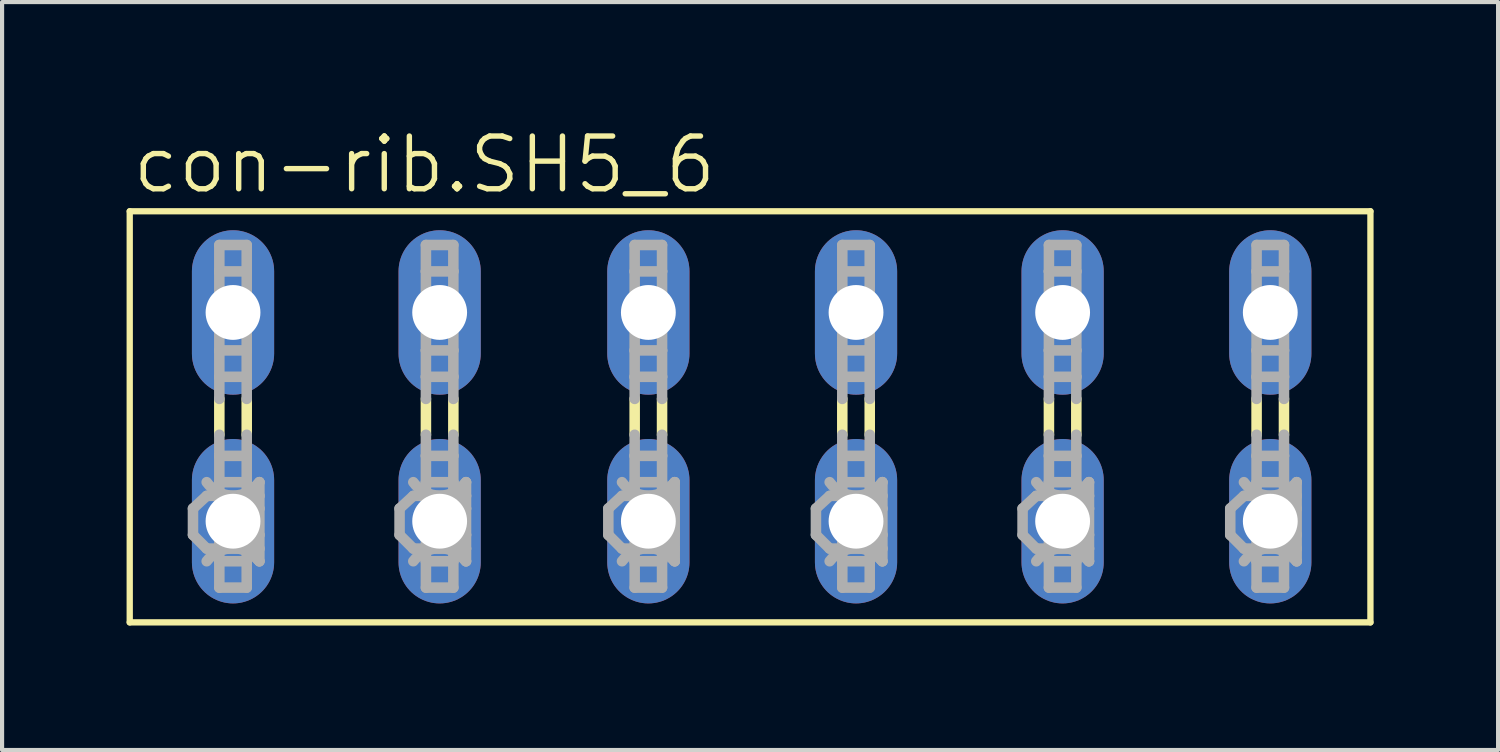
<source format=kicad_pcb>
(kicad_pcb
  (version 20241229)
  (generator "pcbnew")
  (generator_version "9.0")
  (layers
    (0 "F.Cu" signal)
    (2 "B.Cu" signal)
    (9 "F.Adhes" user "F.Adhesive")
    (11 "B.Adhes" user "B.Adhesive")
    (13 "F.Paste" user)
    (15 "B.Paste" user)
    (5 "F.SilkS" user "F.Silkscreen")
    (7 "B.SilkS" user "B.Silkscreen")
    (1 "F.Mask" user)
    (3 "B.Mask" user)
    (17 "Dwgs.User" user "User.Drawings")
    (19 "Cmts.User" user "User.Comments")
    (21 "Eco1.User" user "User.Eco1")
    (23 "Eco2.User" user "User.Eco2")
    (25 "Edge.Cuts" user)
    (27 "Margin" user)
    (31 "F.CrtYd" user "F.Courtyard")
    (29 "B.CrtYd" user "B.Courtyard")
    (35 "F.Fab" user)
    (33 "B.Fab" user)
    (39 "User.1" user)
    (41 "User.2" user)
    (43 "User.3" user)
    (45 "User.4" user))
  (footprint "con-rib.SH5_6"
    (layer "F.Cu")
    (at 15.062 6.994)
    (property "Reference" "con-rib.SH5_6" (at -14.986 -5.334 0) (layer "F.SilkS") (effects (font (size 1.27 1.27) (thickness 0.13)) (justify left bottom)))
    (attr through_hole)
    (fp_line (start -14.986 -4.953) (end -14.986 4.953) (stroke (width 0.152) (type default)) (layer "F.SilkS"))
    (fp_line (start -14.986 -4.953) (end 14.91 -4.953) (stroke (width 0.152) (type default)) (layer "F.SilkS"))
    (fp_line (start -12.827 0.432) (end -12.827 -0.432) (stroke (width 0.254) (type default)) (layer "F.SilkS"))
    (fp_line (start -12.167 0.432) (end -12.167 -0.432) (stroke (width 0.254) (type default)) (layer "F.SilkS"))
    (fp_line (start -7.849 0.432) (end -7.849 -0.432) (stroke (width 0.254) (type default)) (layer "F.SilkS"))
    (fp_line (start -7.188 0.432) (end -7.188 -0.432) (stroke (width 0.254) (type default)) (layer "F.SilkS"))
    (fp_line (start -2.819 0.432) (end -2.819 -0.432) (stroke (width 0.254) (type default)) (layer "F.SilkS"))
    (fp_line (start -2.159 0.432) (end -2.159 -0.432) (stroke (width 0.254) (type default)) (layer "F.SilkS"))
    (fp_line (start 2.184 0.432) (end 2.184 -0.432) (stroke (width 0.254) (type default)) (layer "F.SilkS"))
    (fp_line (start 2.845 0.432) (end 2.845 -0.432) (stroke (width 0.254) (type default)) (layer "F.SilkS"))
    (fp_line (start 7.163 0.432) (end 7.163 -0.432) (stroke (width 0.254) (type default)) (layer "F.SilkS"))
    (fp_line (start 7.823 0.432) (end 7.823 -0.432) (stroke (width 0.254) (type default)) (layer "F.SilkS"))
    (fp_line (start 12.167 0.432) (end 12.167 -0.432) (stroke (width 0.254) (type default)) (layer "F.SilkS"))
    (fp_line (start 12.827 0.432) (end 12.827 -0.432) (stroke (width 0.254) (type default)) (layer "F.SilkS"))
    (fp_line (start 14.91 4.953) (end -14.986 4.953) (stroke (width 0.152) (type default)) (layer "F.SilkS"))
    (fp_line (start 14.91 4.953) (end 14.91 -4.953) (stroke (width 0.152) (type default)) (layer "F.SilkS"))
    (fp_line (start -13.462 2.21) (end -13.132 1.905) (stroke (width 0.254) (type default)) (layer "F.Fab"))
    (fp_line (start -13.462 2.845) (end -13.462 2.21) (stroke (width 0.254) (type default)) (layer "F.Fab"))
    (fp_line (start -13.462 2.845) (end -13.132 3.175) (stroke (width 0.254) (type default)) (layer "F.Fab"))
    (fp_line (start -12.827 -4.14) (end -12.167 -4.14) (stroke (width 0.254) (type default)) (layer "F.Fab"))
    (fp_line (start -12.827 -3.505) (end -12.827 -4.14) (stroke (width 0.254) (type default)) (layer "F.Fab"))
    (fp_line (start -12.827 -3.505) (end -12.827 -1.6) (stroke (width 0.254) (type default)) (layer "F.Fab"))
    (fp_line (start -12.827 -1.6) (end -12.827 -0.965) (stroke (width 0.254) (type default)) (layer "F.Fab"))
    (fp_line (start -12.827 -1.6) (end -12.167 -1.6) (stroke (width 0.254) (type default)) (layer "F.Fab"))
    (fp_line (start -12.827 -0.965) (end -12.167 -0.965) (stroke (width 0.254) (type default)) (layer "F.Fab"))
    (fp_line (start -12.827 -0.432) (end -12.827 -0.965) (stroke (width 0.254) (type default)) (layer "F.Fab"))
    (fp_line (start -12.827 0.94) (end -12.827 0.432) (stroke (width 0.254) (type default)) (layer "F.Fab"))
    (fp_line (start -12.827 0.94) (end -12.167 0.94) (stroke (width 0.254) (type default)) (layer "F.Fab"))
    (fp_line (start -12.827 1.575) (end -12.827 0.94) (stroke (width 0.254) (type default)) (layer "F.Fab"))
    (fp_line (start -12.827 1.575) (end -12.827 3.48) (stroke (width 0.254) (type default)) (layer "F.Fab"))
    (fp_line (start -12.827 3.48) (end -12.827 4.115) (stroke (width 0.254) (type default)) (layer "F.Fab"))
    (fp_line (start -12.827 3.48) (end -12.167 3.48) (stroke (width 0.254) (type default)) (layer "F.Fab"))
    (fp_line (start -12.827 4.115) (end -12.167 4.115) (stroke (width 0.254) (type default)) (layer "F.Fab"))
    (fp_line (start -12.167 -4.14) (end -12.167 -3.505) (stroke (width 0.254) (type default)) (layer "F.Fab"))
    (fp_line (start -12.167 -3.505) (end -12.827 -3.505) (stroke (width 0.254) (type default)) (layer "F.Fab"))
    (fp_line (start -12.167 -1.6) (end -12.167 -3.505) (stroke (width 0.254) (type default)) (layer "F.Fab"))
    (fp_line (start -12.167 -0.965) (end -12.167 -1.6) (stroke (width 0.254) (type default)) (layer "F.Fab"))
    (fp_line (start -12.167 -0.432) (end -12.167 -0.965) (stroke (width 0.254) (type default)) (layer "F.Fab"))
    (fp_line (start -12.167 0.94) (end -12.167 0.432) (stroke (width 0.254) (type default)) (layer "F.Fab"))
    (fp_line (start -12.167 0.94) (end -12.167 1.575) (stroke (width 0.254) (type default)) (layer "F.Fab"))
    (fp_line (start -12.167 1.575) (end -12.827 1.575) (stroke (width 0.254) (type default)) (layer "F.Fab"))
    (fp_line (start -12.167 1.905) (end -13.132 1.905) (stroke (width 0.254) (type default)) (layer "F.Fab"))
    (fp_line (start -12.167 1.905) (end -12.167 1.575) (stroke (width 0.254) (type default)) (layer "F.Fab"))
    (fp_line (start -12.167 1.905) (end -11.862 1.575) (stroke (width 0.254) (type default)) (layer "F.Fab"))
    (fp_line (start -12.167 1.905) (end -11.862 2.21) (stroke (width 0.254) (type default)) (layer "F.Fab"))
    (fp_line (start -12.167 3.175) (end -13.132 3.175) (stroke (width 0.254) (type default)) (layer "F.Fab"))
    (fp_line (start -12.167 3.175) (end -12.167 1.905) (stroke (width 0.254) (type default)) (layer "F.Fab"))
    (fp_line (start -12.167 3.175) (end -11.862 2.845) (stroke (width 0.254) (type default)) (layer "F.Fab"))
    (fp_line (start -12.167 3.175) (end -11.862 3.48) (stroke (width 0.254) (type default)) (layer "F.Fab"))
    (fp_line (start -12.167 3.48) (end -12.167 3.175) (stroke (width 0.254) (type default)) (layer "F.Fab"))
    (fp_line (start -12.167 4.115) (end -12.167 3.48) (stroke (width 0.254) (type default)) (layer "F.Fab"))
    (fp_line (start -11.862 1.905) (end -12.167 1.905) (stroke (width 0.254) (type default)) (layer "F.Fab"))
    (fp_line (start -11.862 1.905) (end -11.862 1.575) (stroke (width 0.254) (type default)) (layer "F.Fab"))
    (fp_line (start -11.862 2.21) (end -11.862 1.905) (stroke (width 0.254) (type default)) (layer "F.Fab"))
    (fp_line (start -11.862 2.845) (end -11.862 2.21) (stroke (width 0.254) (type default)) (layer "F.Fab"))
    (fp_line (start -11.862 3.175) (end -12.167 3.175) (stroke (width 0.254) (type default)) (layer "F.Fab"))
    (fp_line (start -11.862 3.175) (end -11.862 2.845) (stroke (width 0.254) (type default)) (layer "F.Fab"))
    (fp_line (start -11.862 3.48) (end -11.862 3.175) (stroke (width 0.254) (type default)) (layer "F.Fab"))
    (fp_line (start -8.484 2.21) (end -8.153 1.905) (stroke (width 0.254) (type default)) (layer "F.Fab"))
    (fp_line (start -8.484 2.845) (end -8.484 2.21) (stroke (width 0.254) (type default)) (layer "F.Fab"))
    (fp_line (start -8.484 2.845) (end -8.153 3.175) (stroke (width 0.254) (type default)) (layer "F.Fab"))
    (fp_line (start -7.849 -4.14) (end -7.188 -4.14) (stroke (width 0.254) (type default)) (layer "F.Fab"))
    (fp_line (start -7.849 -3.505) (end -7.849 -4.14) (stroke (width 0.254) (type default)) (layer "F.Fab"))
    (fp_line (start -7.849 -3.505) (end -7.849 -1.6) (stroke (width 0.254) (type default)) (layer "F.Fab"))
    (fp_line (start -7.849 -1.6) (end -7.849 -0.965) (stroke (width 0.254) (type default)) (layer "F.Fab"))
    (fp_line (start -7.849 -1.6) (end -7.188 -1.6) (stroke (width 0.254) (type default)) (layer "F.Fab"))
    (fp_line (start -7.849 -0.965) (end -7.188 -0.965) (stroke (width 0.254) (type default)) (layer "F.Fab"))
    (fp_line (start -7.849 -0.432) (end -7.849 -0.965) (stroke (width 0.254) (type default)) (layer "F.Fab"))
    (fp_line (start -7.849 0.94) (end -7.849 0.432) (stroke (width 0.254) (type default)) (layer "F.Fab"))
    (fp_line (start -7.849 0.94) (end -7.188 0.94) (stroke (width 0.254) (type default)) (layer "F.Fab"))
    (fp_line (start -7.849 1.575) (end -7.849 0.94) (stroke (width 0.254) (type default)) (layer "F.Fab"))
    (fp_line (start -7.849 1.575) (end -7.849 3.48) (stroke (width 0.254) (type default)) (layer "F.Fab"))
    (fp_line (start -7.849 3.48) (end -7.849 4.115) (stroke (width 0.254) (type default)) (layer "F.Fab"))
    (fp_line (start -7.849 3.48) (end -7.188 3.48) (stroke (width 0.254) (type default)) (layer "F.Fab"))
    (fp_line (start -7.849 4.115) (end -7.188 4.115) (stroke (width 0.254) (type default)) (layer "F.Fab"))
    (fp_line (start -7.188 -4.14) (end -7.188 -3.505) (stroke (width 0.254) (type default)) (layer "F.Fab"))
    (fp_line (start -7.188 -3.505) (end -7.849 -3.505) (stroke (width 0.254) (type default)) (layer "F.Fab"))
    (fp_line (start -7.188 -1.6) (end -7.188 -3.505) (stroke (width 0.254) (type default)) (layer "F.Fab"))
    (fp_line (start -7.188 -0.965) (end -7.188 -1.6) (stroke (width 0.254) (type default)) (layer "F.Fab"))
    (fp_line (start -7.188 -0.432) (end -7.188 -0.965) (stroke (width 0.254) (type default)) (layer "F.Fab"))
    (fp_line (start -7.188 0.94) (end -7.188 0.432) (stroke (width 0.254) (type default)) (layer "F.Fab"))
    (fp_line (start -7.188 0.94) (end -7.188 1.575) (stroke (width 0.254) (type default)) (layer "F.Fab"))
    (fp_line (start -7.188 1.575) (end -7.849 1.575) (stroke (width 0.254) (type default)) (layer "F.Fab"))
    (fp_line (start -7.188 1.905) (end -8.153 1.905) (stroke (width 0.254) (type default)) (layer "F.Fab"))
    (fp_line (start -7.188 1.905) (end -7.188 1.575) (stroke (width 0.254) (type default)) (layer "F.Fab"))
    (fp_line (start -7.188 1.905) (end -6.883 1.575) (stroke (width 0.254) (type default)) (layer "F.Fab"))
    (fp_line (start -7.188 1.905) (end -6.883 2.21) (stroke (width 0.254) (type default)) (layer "F.Fab"))
    (fp_line (start -7.188 3.175) (end -8.153 3.175) (stroke (width 0.254) (type default)) (layer "F.Fab"))
    (fp_line (start -7.188 3.175) (end -7.188 1.905) (stroke (width 0.254) (type default)) (layer "F.Fab"))
    (fp_line (start -7.188 3.175) (end -6.883 2.845) (stroke (width 0.254) (type default)) (layer "F.Fab"))
    (fp_line (start -7.188 3.175) (end -6.883 3.48) (stroke (width 0.254) (type default)) (layer "F.Fab"))
    (fp_line (start -7.188 3.48) (end -7.188 3.175) (stroke (width 0.254) (type default)) (layer "F.Fab"))
    (fp_line (start -7.188 4.115) (end -7.188 3.48) (stroke (width 0.254) (type default)) (layer "F.Fab"))
    (fp_line (start -6.883 1.905) (end -7.188 1.905) (stroke (width 0.254) (type default)) (layer "F.Fab"))
    (fp_line (start -6.883 1.905) (end -6.883 1.575) (stroke (width 0.254) (type default)) (layer "F.Fab"))
    (fp_line (start -6.883 2.21) (end -6.883 1.905) (stroke (width 0.254) (type default)) (layer "F.Fab"))
    (fp_line (start -6.883 2.845) (end -6.883 2.21) (stroke (width 0.254) (type default)) (layer "F.Fab"))
    (fp_line (start -6.883 3.175) (end -7.188 3.175) (stroke (width 0.254) (type default)) (layer "F.Fab"))
    (fp_line (start -6.883 3.175) (end -6.883 2.845) (stroke (width 0.254) (type default)) (layer "F.Fab"))
    (fp_line (start -6.883 3.48) (end -6.883 3.175) (stroke (width 0.254) (type default)) (layer "F.Fab"))
    (fp_line (start -3.454 2.21) (end -3.124 1.905) (stroke (width 0.254) (type default)) (layer "F.Fab"))
    (fp_line (start -3.454 2.845) (end -3.454 2.21) (stroke (width 0.254) (type default)) (layer "F.Fab"))
    (fp_line (start -3.454 2.845) (end -3.124 3.175) (stroke (width 0.254) (type default)) (layer "F.Fab"))
    (fp_line (start -2.819 -4.14) (end -2.159 -4.14) (stroke (width 0.254) (type default)) (layer "F.Fab"))
    (fp_line (start -2.819 -3.505) (end -2.819 -4.14) (stroke (width 0.254) (type default)) (layer "F.Fab"))
    (fp_line (start -2.819 -3.505) (end -2.819 -1.6) (stroke (width 0.254) (type default)) (layer "F.Fab"))
    (fp_line (start -2.819 -1.6) (end -2.159 -1.6) (stroke (width 0.254) (type default)) (layer "F.Fab"))
    (fp_line (start -2.819 -0.965) (end -2.819 -1.6) (stroke (width 0.254) (type default)) (layer "F.Fab"))
    (fp_line (start -2.819 -0.965) (end -2.159 -0.965) (stroke (width 0.254) (type default)) (layer "F.Fab"))
    (fp_line (start -2.819 -0.432) (end -2.819 -0.965) (stroke (width 0.254) (type default)) (layer "F.Fab"))
    (fp_line (start -2.819 0.94) (end -2.819 0.432) (stroke (width 0.254) (type default)) (layer "F.Fab"))
    (fp_line (start -2.819 0.94) (end -2.159 0.94) (stroke (width 0.254) (type default)) (layer "F.Fab"))
    (fp_line (start -2.819 1.575) (end -2.819 0.94) (stroke (width 0.254) (type default)) (layer "F.Fab"))
    (fp_line (start -2.819 1.575) (end -2.819 3.48) (stroke (width 0.254) (type default)) (layer "F.Fab"))
    (fp_line (start -2.819 3.48) (end -2.819 4.115) (stroke (width 0.254) (type default)) (layer "F.Fab"))
    (fp_line (start -2.819 3.48) (end -2.159 3.48) (stroke (width 0.254) (type default)) (layer "F.Fab"))
    (fp_line (start -2.819 4.115) (end -2.159 4.115) (stroke (width 0.254) (type default)) (layer "F.Fab"))
    (fp_line (start -2.159 -4.14) (end -2.159 -3.505) (stroke (width 0.254) (type default)) (layer "F.Fab"))
    (fp_line (start -2.159 -3.505) (end -2.819 -3.505) (stroke (width 0.254) (type default)) (layer "F.Fab"))
    (fp_line (start -2.159 -1.6) (end -2.159 -3.505) (stroke (width 0.254) (type default)) (layer "F.Fab"))
    (fp_line (start -2.159 -0.965) (end -2.159 -1.6) (stroke (width 0.254) (type default)) (layer "F.Fab"))
    (fp_line (start -2.159 -0.432) (end -2.159 -0.965) (stroke (width 0.254) (type default)) (layer "F.Fab"))
    (fp_line (start -2.159 0.94) (end -2.159 0.432) (stroke (width 0.254) (type default)) (layer "F.Fab"))
    (fp_line (start -2.159 0.94) (end -2.159 1.575) (stroke (width 0.254) (type default)) (layer "F.Fab"))
    (fp_line (start -2.159 1.575) (end -2.819 1.575) (stroke (width 0.254) (type default)) (layer "F.Fab"))
    (fp_line (start -2.159 1.905) (end -3.124 1.905) (stroke (width 0.254) (type default)) (layer "F.Fab"))
    (fp_line (start -2.159 1.905) (end -2.159 1.575) (stroke (width 0.254) (type default)) (layer "F.Fab"))
    (fp_line (start -2.159 1.905) (end -1.854 1.575) (stroke (width 0.254) (type default)) (layer "F.Fab"))
    (fp_line (start -2.159 1.905) (end -1.854 2.21) (stroke (width 0.254) (type default)) (layer "F.Fab"))
    (fp_line (start -2.159 3.175) (end -3.124 3.175) (stroke (width 0.254) (type default)) (layer "F.Fab"))
    (fp_line (start -2.159 3.175) (end -2.159 1.905) (stroke (width 0.254) (type default)) (layer "F.Fab"))
    (fp_line (start -2.159 3.175) (end -1.854 2.845) (stroke (width 0.254) (type default)) (layer "F.Fab"))
    (fp_line (start -2.159 3.175) (end -1.854 3.48) (stroke (width 0.254) (type default)) (layer "F.Fab"))
    (fp_line (start -2.159 3.48) (end -2.159 3.175) (stroke (width 0.254) (type default)) (layer "F.Fab"))
    (fp_line (start -2.159 4.115) (end -2.159 3.48) (stroke (width 0.254) (type default)) (layer "F.Fab"))
    (fp_line (start -1.854 1.905) (end -2.159 1.905) (stroke (width 0.254) (type default)) (layer "F.Fab"))
    (fp_line (start -1.854 1.905) (end -1.854 1.575) (stroke (width 0.254) (type default)) (layer "F.Fab"))
    (fp_line (start -1.854 2.21) (end -1.854 1.905) (stroke (width 0.254) (type default)) (layer "F.Fab"))
    (fp_line (start -1.854 2.845) (end -1.854 2.21) (stroke (width 0.254) (type default)) (layer "F.Fab"))
    (fp_line (start -1.854 3.175) (end -2.159 3.175) (stroke (width 0.254) (type default)) (layer "F.Fab"))
    (fp_line (start -1.854 3.175) (end -1.854 2.845) (stroke (width 0.254) (type default)) (layer "F.Fab"))
    (fp_line (start -1.854 3.48) (end -1.854 3.175) (stroke (width 0.254) (type default)) (layer "F.Fab"))
    (fp_line (start 1.549 2.21) (end 1.88 1.905) (stroke (width 0.254) (type default)) (layer "F.Fab"))
    (fp_line (start 1.549 2.845) (end 1.549 2.21) (stroke (width 0.254) (type default)) (layer "F.Fab"))
    (fp_line (start 1.549 2.845) (end 1.88 3.175) (stroke (width 0.254) (type default)) (layer "F.Fab"))
    (fp_line (start 2.184 -4.14) (end 2.845 -4.14) (stroke (width 0.254) (type default)) (layer "F.Fab"))
    (fp_line (start 2.184 -3.505) (end 2.184 -4.14) (stroke (width 0.254) (type default)) (layer "F.Fab"))
    (fp_line (start 2.184 -3.505) (end 2.184 -1.6) (stroke (width 0.254) (type default)) (layer "F.Fab"))
    (fp_line (start 2.184 -1.6) (end 2.845 -1.6) (stroke (width 0.254) (type default)) (layer "F.Fab"))
    (fp_line (start 2.184 -0.965) (end 2.184 -1.6) (stroke (width 0.254) (type default)) (layer "F.Fab"))
    (fp_line (start 2.184 -0.965) (end 2.845 -0.965) (stroke (width 0.254) (type default)) (layer "F.Fab"))
    (fp_line (start 2.184 -0.432) (end 2.184 -0.965) (stroke (width 0.254) (type default)) (layer "F.Fab"))
    (fp_line (start 2.184 0.94) (end 2.184 0.432) (stroke (width 0.254) (type default)) (layer "F.Fab"))
    (fp_line (start 2.184 0.94) (end 2.845 0.94) (stroke (width 0.254) (type default)) (layer "F.Fab"))
    (fp_line (start 2.184 1.575) (end 2.184 0.94) (stroke (width 0.254) (type default)) (layer "F.Fab"))
    (fp_line (start 2.184 1.575) (end 2.184 3.48) (stroke (width 0.254) (type default)) (layer "F.Fab"))
    (fp_line (start 2.184 3.48) (end 2.184 4.115) (stroke (width 0.254) (type default)) (layer "F.Fab"))
    (fp_line (start 2.184 3.48) (end 2.845 3.48) (stroke (width 0.254) (type default)) (layer "F.Fab"))
    (fp_line (start 2.184 4.115) (end 2.845 4.115) (stroke (width 0.254) (type default)) (layer "F.Fab"))
    (fp_line (start 2.845 -4.14) (end 2.845 -3.505) (stroke (width 0.254) (type default)) (layer "F.Fab"))
    (fp_line (start 2.845 -3.505) (end 2.184 -3.505) (stroke (width 0.254) (type default)) (layer "F.Fab"))
    (fp_line (start 2.845 -1.6) (end 2.845 -3.505) (stroke (width 0.254) (type default)) (layer "F.Fab"))
    (fp_line (start 2.845 -0.965) (end 2.845 -1.6) (stroke (width 0.254) (type default)) (layer "F.Fab"))
    (fp_line (start 2.845 -0.432) (end 2.845 -0.965) (stroke (width 0.254) (type default)) (layer "F.Fab"))
    (fp_line (start 2.845 0.94) (end 2.845 0.432) (stroke (width 0.254) (type default)) (layer "F.Fab"))
    (fp_line (start 2.845 0.94) (end 2.845 1.575) (stroke (width 0.254) (type default)) (layer "F.Fab"))
    (fp_line (start 2.845 1.575) (end 2.184 1.575) (stroke (width 0.254) (type default)) (layer "F.Fab"))
    (fp_line (start 2.845 1.905) (end 1.88 1.905) (stroke (width 0.254) (type default)) (layer "F.Fab"))
    (fp_line (start 2.845 1.905) (end 2.845 1.575) (stroke (width 0.254) (type default)) (layer "F.Fab"))
    (fp_line (start 2.845 1.905) (end 3.15 1.575) (stroke (width 0.254) (type default)) (layer "F.Fab"))
    (fp_line (start 2.845 1.905) (end 3.15 2.21) (stroke (width 0.254) (type default)) (layer "F.Fab"))
    (fp_line (start 2.845 3.175) (end 1.88 3.175) (stroke (width 0.254) (type default)) (layer "F.Fab"))
    (fp_line (start 2.845 3.175) (end 2.845 1.905) (stroke (width 0.254) (type default)) (layer "F.Fab"))
    (fp_line (start 2.845 3.175) (end 3.15 2.845) (stroke (width 0.254) (type default)) (layer "F.Fab"))
    (fp_line (start 2.845 3.175) (end 3.15 3.48) (stroke (width 0.254) (type default)) (layer "F.Fab"))
    (fp_line (start 2.845 3.48) (end 2.845 3.175) (stroke (width 0.254) (type default)) (layer "F.Fab"))
    (fp_line (start 2.845 4.115) (end 2.845 3.48) (stroke (width 0.254) (type default)) (layer "F.Fab"))
    (fp_line (start 3.15 1.905) (end 2.845 1.905) (stroke (width 0.254) (type default)) (layer "F.Fab"))
    (fp_line (start 3.15 1.905) (end 3.15 1.575) (stroke (width 0.254) (type default)) (layer "F.Fab"))
    (fp_line (start 3.15 2.21) (end 3.15 1.905) (stroke (width 0.254) (type default)) (layer "F.Fab"))
    (fp_line (start 3.15 2.845) (end 3.15 2.21) (stroke (width 0.254) (type default)) (layer "F.Fab"))
    (fp_line (start 3.15 3.175) (end 2.845 3.175) (stroke (width 0.254) (type default)) (layer "F.Fab"))
    (fp_line (start 3.15 3.175) (end 3.15 2.845) (stroke (width 0.254) (type default)) (layer "F.Fab"))
    (fp_line (start 3.15 3.48) (end 3.15 3.175) (stroke (width 0.254) (type default)) (layer "F.Fab"))
    (fp_line (start 6.528 2.21) (end 6.858 1.905) (stroke (width 0.254) (type default)) (layer "F.Fab"))
    (fp_line (start 6.528 2.845) (end 6.528 2.21) (stroke (width 0.254) (type default)) (layer "F.Fab"))
    (fp_line (start 6.528 2.845) (end 6.858 3.175) (stroke (width 0.254) (type default)) (layer "F.Fab"))
    (fp_line (start 7.163 -4.14) (end 7.823 -4.14) (stroke (width 0.254) (type default)) (layer "F.Fab"))
    (fp_line (start 7.163 -3.505) (end 7.163 -4.14) (stroke (width 0.254) (type default)) (layer "F.Fab"))
    (fp_line (start 7.163 -3.505) (end 7.163 -1.6) (stroke (width 0.254) (type default)) (layer "F.Fab"))
    (fp_line (start 7.163 -1.6) (end 7.163 -0.965) (stroke (width 0.254) (type default)) (layer "F.Fab"))
    (fp_line (start 7.163 -1.6) (end 7.823 -1.6) (stroke (width 0.254) (type default)) (layer "F.Fab"))
    (fp_line (start 7.163 -0.965) (end 7.823 -0.965) (stroke (width 0.254) (type default)) (layer "F.Fab"))
    (fp_line (start 7.163 -0.432) (end 7.163 -0.965) (stroke (width 0.254) (type default)) (layer "F.Fab"))
    (fp_line (start 7.163 0.94) (end 7.163 0.432) (stroke (width 0.254) (type default)) (layer "F.Fab"))
    (fp_line (start 7.163 0.94) (end 7.823 0.94) (stroke (width 0.254) (type default)) (layer "F.Fab"))
    (fp_line (start 7.163 1.575) (end 7.163 0.94) (stroke (width 0.254) (type default)) (layer "F.Fab"))
    (fp_line (start 7.163 1.575) (end 7.163 3.48) (stroke (width 0.254) (type default)) (layer "F.Fab"))
    (fp_line (start 7.163 3.48) (end 7.163 4.115) (stroke (width 0.254) (type default)) (layer "F.Fab"))
    (fp_line (start 7.163 3.48) (end 7.823 3.48) (stroke (width 0.254) (type default)) (layer "F.Fab"))
    (fp_line (start 7.163 4.115) (end 7.823 4.115) (stroke (width 0.254) (type default)) (layer "F.Fab"))
    (fp_line (start 7.823 -4.14) (end 7.823 -3.505) (stroke (width 0.254) (type default)) (layer "F.Fab"))
    (fp_line (start 7.823 -3.505) (end 7.163 -3.505) (stroke (width 0.254) (type default)) (layer "F.Fab"))
    (fp_line (start 7.823 -1.6) (end 7.823 -3.505) (stroke (width 0.254) (type default)) (layer "F.Fab"))
    (fp_line (start 7.823 -0.965) (end 7.823 -1.6) (stroke (width 0.254) (type default)) (layer "F.Fab"))
    (fp_line (start 7.823 -0.432) (end 7.823 -0.965) (stroke (width 0.254) (type default)) (layer "F.Fab"))
    (fp_line (start 7.823 0.94) (end 7.823 0.432) (stroke (width 0.254) (type default)) (layer "F.Fab"))
    (fp_line (start 7.823 0.94) (end 7.823 1.575) (stroke (width 0.254) (type default)) (layer "F.Fab"))
    (fp_line (start 7.823 1.575) (end 7.163 1.575) (stroke (width 0.254) (type default)) (layer "F.Fab"))
    (fp_line (start 7.823 1.905) (end 6.858 1.905) (stroke (width 0.254) (type default)) (layer "F.Fab"))
    (fp_line (start 7.823 1.905) (end 7.823 1.575) (stroke (width 0.254) (type default)) (layer "F.Fab"))
    (fp_line (start 7.823 1.905) (end 8.128 1.575) (stroke (width 0.254) (type default)) (layer "F.Fab"))
    (fp_line (start 7.823 1.905) (end 8.128 2.21) (stroke (width 0.254) (type default)) (layer "F.Fab"))
    (fp_line (start 7.823 3.175) (end 6.858 3.175) (stroke (width 0.254) (type default)) (layer "F.Fab"))
    (fp_line (start 7.823 3.175) (end 7.823 1.905) (stroke (width 0.254) (type default)) (layer "F.Fab"))
    (fp_line (start 7.823 3.175) (end 8.128 2.845) (stroke (width 0.254) (type default)) (layer "F.Fab"))
    (fp_line (start 7.823 3.175) (end 8.128 3.48) (stroke (width 0.254) (type default)) (layer "F.Fab"))
    (fp_line (start 7.823 3.48) (end 7.823 3.175) (stroke (width 0.254) (type default)) (layer "F.Fab"))
    (fp_line (start 7.823 4.115) (end 7.823 3.48) (stroke (width 0.254) (type default)) (layer "F.Fab"))
    (fp_line (start 8.128 1.905) (end 7.823 1.905) (stroke (width 0.254) (type default)) (layer "F.Fab"))
    (fp_line (start 8.128 1.905) (end 8.128 1.575) (stroke (width 0.254) (type default)) (layer "F.Fab"))
    (fp_line (start 8.128 2.21) (end 8.128 1.905) (stroke (width 0.254) (type default)) (layer "F.Fab"))
    (fp_line (start 8.128 2.845) (end 8.128 2.21) (stroke (width 0.254) (type default)) (layer "F.Fab"))
    (fp_line (start 8.128 3.175) (end 7.823 3.175) (stroke (width 0.254) (type default)) (layer "F.Fab"))
    (fp_line (start 8.128 3.175) (end 8.128 2.845) (stroke (width 0.254) (type default)) (layer "F.Fab"))
    (fp_line (start 8.128 3.48) (end 8.128 3.175) (stroke (width 0.254) (type default)) (layer "F.Fab"))
    (fp_line (start 11.532 2.21) (end 11.862 1.905) (stroke (width 0.254) (type default)) (layer "F.Fab"))
    (fp_line (start 11.532 2.845) (end 11.532 2.21) (stroke (width 0.254) (type default)) (layer "F.Fab"))
    (fp_line (start 11.532 2.845) (end 11.862 3.175) (stroke (width 0.254) (type default)) (layer "F.Fab"))
    (fp_line (start 12.167 -4.14) (end 12.827 -4.14) (stroke (width 0.254) (type default)) (layer "F.Fab"))
    (fp_line (start 12.167 -3.505) (end 12.167 -4.14) (stroke (width 0.254) (type default)) (layer "F.Fab"))
    (fp_line (start 12.167 -3.505) (end 12.167 -1.6) (stroke (width 0.254) (type default)) (layer "F.Fab"))
    (fp_line (start 12.167 -1.6) (end 12.167 -0.965) (stroke (width 0.254) (type default)) (layer "F.Fab"))
    (fp_line (start 12.167 -1.6) (end 12.827 -1.6) (stroke (width 0.254) (type default)) (layer "F.Fab"))
    (fp_line (start 12.167 -0.965) (end 12.827 -0.965) (stroke (width 0.254) (type default)) (layer "F.Fab"))
    (fp_line (start 12.167 -0.432) (end 12.167 -0.965) (stroke (width 0.254) (type default)) (layer "F.Fab"))
    (fp_line (start 12.167 0.94) (end 12.167 0.432) (stroke (width 0.254) (type default)) (layer "F.Fab"))
    (fp_line (start 12.167 0.94) (end 12.827 0.94) (stroke (width 0.254) (type default)) (layer "F.Fab"))
    (fp_line (start 12.167 1.575) (end 12.167 0.94) (stroke (width 0.254) (type default)) (layer "F.Fab"))
    (fp_line (start 12.167 1.575) (end 12.167 3.48) (stroke (width 0.254) (type default)) (layer "F.Fab"))
    (fp_line (start 12.167 3.48) (end 12.167 4.115) (stroke (width 0.254) (type default)) (layer "F.Fab"))
    (fp_line (start 12.167 3.48) (end 12.827 3.48) (stroke (width 0.254) (type default)) (layer "F.Fab"))
    (fp_line (start 12.167 4.115) (end 12.827 4.115) (stroke (width 0.254) (type default)) (layer "F.Fab"))
    (fp_line (start 12.827 -4.14) (end 12.827 -3.505) (stroke (width 0.254) (type default)) (layer "F.Fab"))
    (fp_line (start 12.827 -3.505) (end 12.167 -3.505) (stroke (width 0.254) (type default)) (layer "F.Fab"))
    (fp_line (start 12.827 -1.6) (end 12.827 -3.505) (stroke (width 0.254) (type default)) (layer "F.Fab"))
    (fp_line (start 12.827 -0.965) (end 12.827 -1.6) (stroke (width 0.254) (type default)) (layer "F.Fab"))
    (fp_line (start 12.827 -0.432) (end 12.827 -0.965) (stroke (width 0.254) (type default)) (layer "F.Fab"))
    (fp_line (start 12.827 0.94) (end 12.827 0.432) (stroke (width 0.254) (type default)) (layer "F.Fab"))
    (fp_line (start 12.827 0.94) (end 12.827 1.575) (stroke (width 0.254) (type default)) (layer "F.Fab"))
    (fp_line (start 12.827 1.575) (end 12.167 1.575) (stroke (width 0.254) (type default)) (layer "F.Fab"))
    (fp_line (start 12.827 1.905) (end 11.862 1.905) (stroke (width 0.254) (type default)) (layer "F.Fab"))
    (fp_line (start 12.827 1.905) (end 12.827 1.575) (stroke (width 0.254) (type default)) (layer "F.Fab"))
    (fp_line (start 12.827 1.905) (end 13.132 1.575) (stroke (width 0.254) (type default)) (layer "F.Fab"))
    (fp_line (start 12.827 1.905) (end 13.132 2.21) (stroke (width 0.254) (type default)) (layer "F.Fab"))
    (fp_line (start 12.827 3.175) (end 11.862 3.175) (stroke (width 0.254) (type default)) (layer "F.Fab"))
    (fp_line (start 12.827 3.175) (end 12.827 1.905) (stroke (width 0.254) (type default)) (layer "F.Fab"))
    (fp_line (start 12.827 3.175) (end 13.132 2.845) (stroke (width 0.254) (type default)) (layer "F.Fab"))
    (fp_line (start 12.827 3.175) (end 13.132 3.48) (stroke (width 0.254) (type default)) (layer "F.Fab"))
    (fp_line (start 12.827 3.48) (end 12.827 3.175) (stroke (width 0.254) (type default)) (layer "F.Fab"))
    (fp_line (start 12.827 4.115) (end 12.827 3.48) (stroke (width 0.254) (type default)) (layer "F.Fab"))
    (fp_line (start 13.132 1.905) (end 12.827 1.905) (stroke (width 0.254) (type default)) (layer "F.Fab"))
    (fp_line (start 13.132 1.905) (end 13.132 1.575) (stroke (width 0.254) (type default)) (layer "F.Fab"))
    (fp_line (start 13.132 2.21) (end 13.132 1.905) (stroke (width 0.254) (type default)) (layer "F.Fab"))
    (fp_line (start 13.132 2.845) (end 13.132 2.21) (stroke (width 0.254) (type default)) (layer "F.Fab"))
    (fp_line (start 13.132 3.175) (end 12.827 3.175) (stroke (width 0.254) (type default)) (layer "F.Fab"))
    (fp_line (start 13.132 3.175) (end 13.132 2.845) (stroke (width 0.254) (type default)) (layer "F.Fab"))
    (fp_line (start 13.132 3.48) (end 13.132 3.175) (stroke (width 0.254) (type default)) (layer "F.Fab"))
    (fp_arc (start -13.1318 3.4798) (mid -12.4968 3.164824) (end -11.8618 3.4798) (stroke (width 0.254) (type default)) (layer "F.Fab"))
    (fp_arc (start -11.8618 1.5748) (mid -12.4968 1.900068) (end -13.1318 1.5748) (stroke (width 0.254) (type default)) (layer "F.Fab"))
    (fp_arc (start -8.1534 3.4798) (mid -7.5184 3.164824) (end -6.8834 3.4798) (stroke (width 0.254) (type default)) (layer "F.Fab"))
    (fp_arc (start -6.8834 1.5748) (mid -7.5184 1.900068) (end -8.1534 1.5748) (stroke (width 0.254) (type default)) (layer "F.Fab"))
    (fp_arc (start -3.1242 3.4798) (mid -2.4892 3.164824) (end -1.8542 3.4798) (stroke (width 0.254) (type default)) (layer "F.Fab"))
    (fp_arc (start -1.8542 1.5748) (mid -2.4892 1.900068) (end -3.1242 1.5748) (stroke (width 0.254) (type default)) (layer "F.Fab"))
    (fp_arc (start 1.8796 3.4798) (mid 2.5146 3.164824) (end 3.1496 3.4798) (stroke (width 0.254) (type default)) (layer "F.Fab"))
    (fp_arc (start 3.1496 1.5748) (mid 2.5146 1.900068) (end 1.8796 1.5748) (stroke (width 0.254) (type default)) (layer "F.Fab"))
    (fp_arc (start 6.858 3.4798) (mid 7.493 3.164824) (end 8.128 3.4798) (stroke (width 0.254) (type default)) (layer "F.Fab"))
    (fp_arc (start 8.128 1.5748) (mid 7.493 1.900068) (end 6.858 1.5748) (stroke (width 0.254) (type default)) (layer "F.Fab"))
    (fp_arc (start 11.8618 3.4798) (mid 12.4968 3.164824) (end 13.1318 3.4798) (stroke (width 0.254) (type default)) (layer "F.Fab"))
    (fp_arc (start 13.1318 1.5748) (mid 12.4968 1.900068) (end 11.8618 1.5748) (stroke (width 0.254) (type default)) (layer "F.Fab"))
    (pad "1" thru_hole oval (at -12.497 2.515 90) (size 3.962 1.981) (drill 1.321) (layers "*.Cu" "*.Mask"))
    (pad "2" thru_hole oval (at -12.497 -2.515 90) (size 3.962 1.981) (drill 1.321) (layers "*.Cu" "*.Mask"))
    (pad "3" thru_hole oval (at -7.518 2.515 90) (size 3.962 1.981) (drill 1.321) (layers "*.Cu" "*.Mask"))
    (pad "4" thru_hole oval (at -7.518 -2.515 90) (size 3.962 1.981) (drill 1.321) (layers "*.Cu" "*.Mask"))
    (pad "5" thru_hole oval (at -2.489 2.515 90) (size 3.962 1.981) (drill 1.321) (layers "*.Cu" "*.Mask"))
    (pad "6" thru_hole oval (at -2.489 -2.515 90) (size 3.962 1.981) (drill 1.321) (layers "*.Cu" "*.Mask"))
    (pad "7" thru_hole oval (at 2.515 2.515 90) (size 3.962 1.981) (drill 1.321) (layers "*.Cu" "*.Mask"))
    (pad "8" thru_hole oval (at 2.515 -2.515 90) (size 3.962 1.981) (drill 1.321) (layers "*.Cu" "*.Mask"))
    (pad "9" thru_hole oval (at 7.493 2.515 90) (size 3.962 1.981) (drill 1.321) (layers "*.Cu" "*.Mask"))
    (pad "10" thru_hole oval (at 7.493 -2.515 90) (size 3.962 1.981) (drill 1.321) (layers "*.Cu" "*.Mask"))
    (pad "11" thru_hole oval (at 12.497 2.515 90) (size 3.962 1.981) (drill 1.321) (layers "*.Cu" "*.Mask"))
    (pad "12" thru_hole oval (at 12.497 -2.515 90) (size 3.962 1.981) (drill 1.321) (layers "*.Cu" "*.Mask")))
  (gr_rect
    (start -3 -3)
    (end 33.048 15.023)
    (stroke (width 0.1) (type default))
    (fill no)
    (layer "Edge.Cuts")))
</source>
